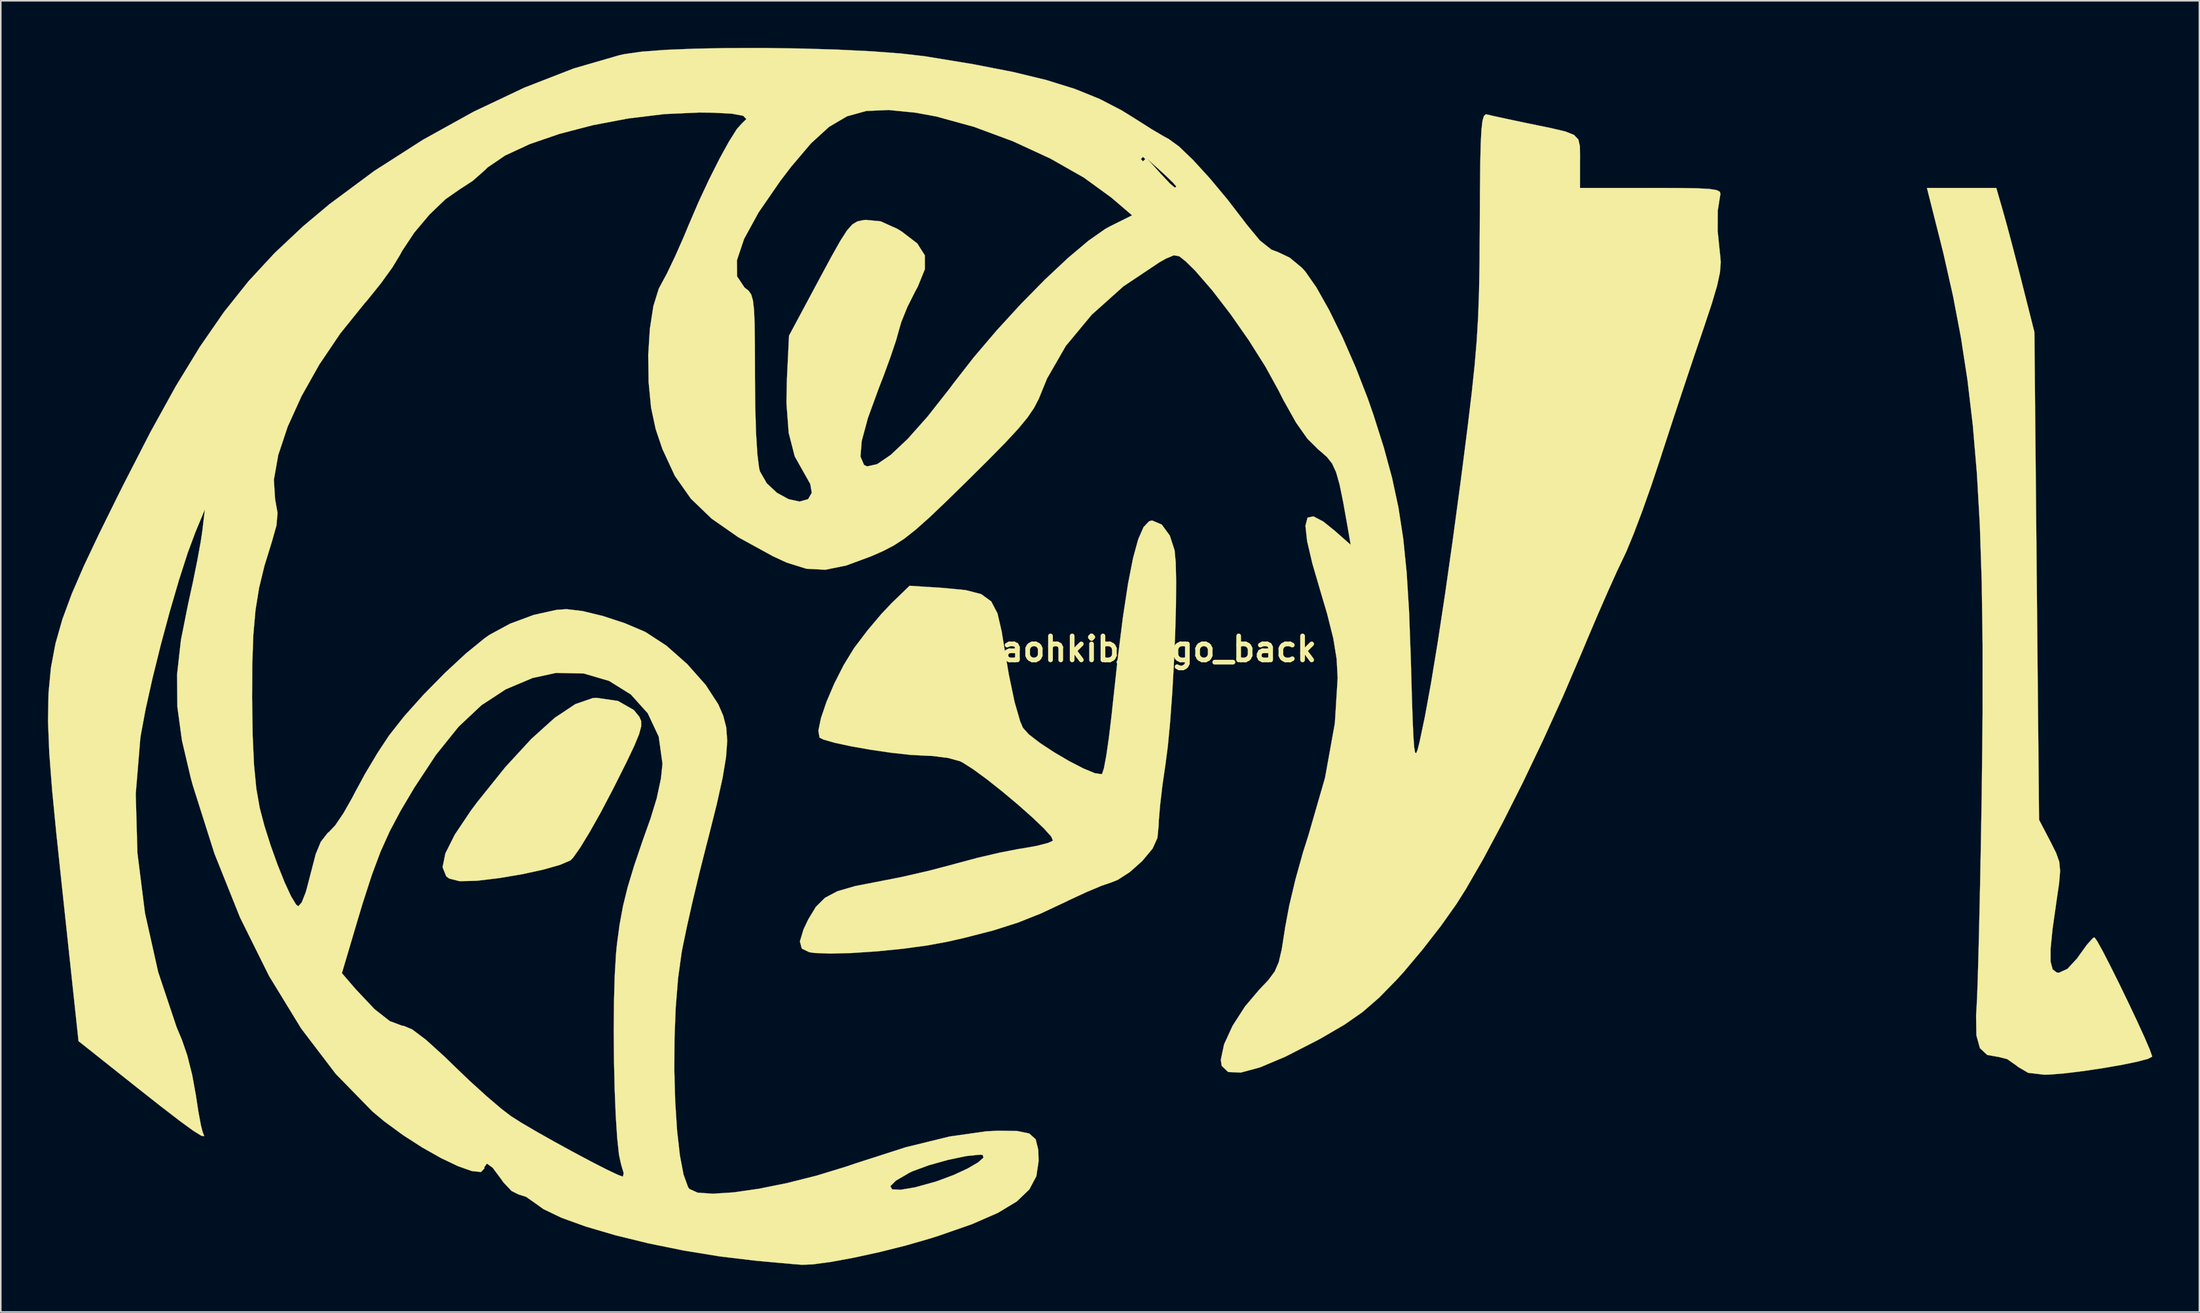
<source format=kicad_pcb>
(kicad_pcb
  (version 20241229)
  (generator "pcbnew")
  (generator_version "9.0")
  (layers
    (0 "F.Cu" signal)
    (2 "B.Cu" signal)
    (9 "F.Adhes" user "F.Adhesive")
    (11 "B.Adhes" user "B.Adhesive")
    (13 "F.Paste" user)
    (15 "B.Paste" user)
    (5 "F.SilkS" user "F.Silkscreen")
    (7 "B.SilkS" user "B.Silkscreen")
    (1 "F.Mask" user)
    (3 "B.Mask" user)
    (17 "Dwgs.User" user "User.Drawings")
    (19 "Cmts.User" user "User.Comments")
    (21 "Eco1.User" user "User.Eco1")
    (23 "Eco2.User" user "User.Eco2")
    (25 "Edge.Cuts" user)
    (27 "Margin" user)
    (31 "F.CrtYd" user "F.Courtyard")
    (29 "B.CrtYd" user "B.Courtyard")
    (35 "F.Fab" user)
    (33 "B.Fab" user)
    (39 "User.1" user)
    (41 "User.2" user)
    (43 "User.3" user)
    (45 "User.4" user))
  (footprint "yaohkib_logo_back"
    (layer "F.Cu")
    (at 70.103 38.262)
    (property "Reference" "yaohkib_logo_back" (at 0 0 0) (layer "F.SilkS") (effects (font (size 1.524 1.524) (thickness 0.3))))
    (attr through_hole)
    (fp_poly (pts (xy -33.835 3.302) (xy -32.832 3.873) (xy -32.478 4.303) (xy -32.361 4.571) (xy -32.355 4.914) (xy -32.488 5.413) (xy -32.791 6.151) (xy -33.294 7.208) (xy -34.026 8.668) (xy -34.184 8.978) (xy -34.926 10.39) (xy -35.629 11.641) (xy -36.234 12.634) (xy -36.685 13.275) (xy -36.859 13.451) (xy -37.518 13.735) (xy -38.589 14.039) (xy -39.924 14.33) (xy -41.375 14.576) (xy -42.791 14.745) (xy -42.847 14.75) (xy -43.915 14.774) (xy -44.568 14.609) (xy -44.761 14.465) (xy -44.994 13.885) (xy -44.815 13.005) (xy -44.216 11.81) (xy -43.19 10.279) (xy -42.785 9.737) (xy -40.998 7.511) (xy -39.347 5.718) (xy -37.856 4.375) (xy -36.546 3.503) (xy -35.441 3.121) (xy -35.194 3.104) (xy -33.835 3.302)) (stroke (width 0.01) (type solid)) (fill yes) (layer "F.SilkS"))
    (fp_poly (pts (xy 54.293 -27.869) (xy 54.544 -26.966) (xy 54.88 -25.706) (xy 55.252 -24.278) (xy 55.505 -23.283) (xy 56.289 -20.179) (xy 56.437 -4.657) (xy 56.586 10.866) (xy 57.322 12.277) (xy 57.674 12.98) (xy 57.87 13.535) (xy 57.927 14.118) (xy 57.862 14.905) (xy 57.692 16.072) (xy 57.69 16.087) (xy 57.444 17.82) (xy 57.32 19.069) (xy 57.321 19.902) (xy 57.45 20.385) (xy 57.708 20.586) (xy 57.852 20.602) (xy 58.389 20.356) (xy 59.009 19.688) (xy 59.159 19.473) (xy 59.635 18.813) (xy 60.001 18.406) (xy 60.107 18.344) (xy 60.281 18.583) (xy 60.637 19.226) (xy 61.121 20.166) (xy 61.681 21.292) (xy 62.265 22.496) (xy 62.819 23.669) (xy 63.291 24.702) (xy 63.629 25.487) (xy 63.779 25.914) (xy 63.782 25.942) (xy 63.523 26.082) (xy 62.829 26.265) (xy 61.828 26.47) (xy 60.645 26.675) (xy 59.407 26.86) (xy 58.241 27.003) (xy 57.273 27.083) (xy 56.924 27.093) (xy 55.89 26.972) (xy 55.219 26.576) (xy 55.174 26.529) (xy 54.554 26.097) (xy 54.022 25.964) (xy 53.287 25.835) (xy 52.824 25.401) (xy 52.599 24.589) (xy 52.58 23.328) (xy 52.606 22.89) (xy 52.645 22.135) (xy 52.689 20.89) (xy 52.736 19.229) (xy 52.785 17.227) (xy 52.835 14.957) (xy 52.883 12.494) (xy 52.927 9.912) (xy 52.94 9.116) (xy 52.994 4.173) (xy 52.995 -0.269) (xy 52.938 -4.271) (xy 52.818 -7.894) (xy 52.63 -11.2) (xy 52.371 -14.25) (xy 52.034 -17.105) (xy 51.616 -19.826) (xy 51.112 -22.475) (xy 50.517 -25.113) (xy 50.283 -26.057) (xy 49.451 -29.351) (xy 53.864 -29.351) (xy 54.293 -27.869)) (stroke (width 0.01) (type solid)) (fill yes) (layer "F.SilkS"))
    (fp_poly (pts (xy 0.767 -7.923) (xy 1.279 -7.222) (xy 1.582 -6.291) (xy 1.655 -5.508) (xy 1.682 -4.277) (xy 1.668 -2.709) (xy 1.618 -0.92) (xy 1.536 0.979) (xy 1.428 2.874) (xy 1.298 4.652) (xy 1.151 6.199) (xy 1.002 7.338) (xy 0.81 8.663) (xy 0.662 9.923) (xy 0.579 10.915) (xy 0.57 11.206) (xy 0.49 12.023) (xy 0.185 12.696) (xy -0.453 13.463) (xy -0.5 13.513) (xy -1.266 14.195) (xy -2.044 14.696) (xy -2.405 14.839) (xy -3.055 15.062) (xy -4.02 15.467) (xy -5.116 15.975) (xy -5.362 16.096) (xy -6.929 16.831) (xy -8.399 17.415) (xy -9.961 17.912) (xy -11.803 18.385) (xy -12.841 18.622) (xy -14.172 18.868) (xy -15.73 19.078) (xy -17.371 19.241) (xy -18.951 19.346) (xy -20.326 19.383) (xy -21.352 19.341) (xy -21.661 19.294) (xy -22.137 19.064) (xy -22.259 18.609) (xy -22.029 17.845) (xy -21.727 17.208) (xy -21.244 16.41) (xy -20.665 15.833) (xy -19.871 15.413) (xy -18.741 15.084) (xy -17.34 14.813) (xy -15.788 14.508) (xy -14.051 14.11) (xy -12.481 13.698) (xy -12.344 13.659) (xy -10.975 13.291) (xy -9.562 12.961) (xy -8.365 12.728) (xy -8.14 12.694) (xy -7.186 12.526) (xy -6.459 12.337) (xy -6.156 12.195) (xy -6.265 11.937) (xy -6.732 11.418) (xy -7.466 10.716) (xy -8.373 9.911) (xy -9.363 9.08) (xy -10.343 8.302) (xy -11.221 7.657) (xy -11.904 7.223) (xy -12.073 7.139) (xy -12.817 6.934) (xy -13.816 6.806) (xy -14.286 6.786) (xy -15.257 6.732) (xy -16.456 6.599) (xy -17.745 6.411) (xy -18.986 6.193) (xy -20.039 5.967) (xy -20.767 5.758) (xy -21.008 5.634) (xy -21.083 5.201) (xy -20.92 4.402) (xy -20.566 3.359) (xy -20.068 2.192) (xy -19.475 1.024) (xy -18.833 -0.025) (xy -18.751 -0.141) (xy -17.956 -1.188) (xy -17.083 -2.224) (xy -16.415 -2.931) (xy -15.279 -4.028) (xy -13.16 -3.892) (xy -11.714 -3.754) (xy -10.725 -3.498) (xy -10.084 -3.032) (xy -9.684 -2.267) (xy -9.417 -1.109) (xy -9.345 -0.656) (xy -8.965 1.619) (xy -8.597 3.376) (xy -8.244 4.595) (xy -8.068 5.01) (xy -7.697 5.425) (xy -7 5.965) (xy -6.104 6.556) (xy -5.136 7.125) (xy -4.223 7.598) (xy -3.49 7.902) (xy -3.065 7.962) (xy -3.03 7.941) (xy -2.912 7.582) (xy -2.761 6.771) (xy -2.594 5.617) (xy -2.428 4.23) (xy -2.38 3.775) (xy -2.036 0.605) (xy -1.705 -2.029) (xy -1.381 -4.155) (xy -1.058 -5.801) (xy -0.73 -6.994) (xy -0.392 -7.764) (xy -0.037 -8.137) (xy 0.153 -8.184) (xy 0.767 -7.923)) (stroke (width 0.01) (type solid)) (fill yes) (layer "F.SilkS"))
    (fp_poly (pts (xy -22.117 -38.223) (xy -19.826 -38.152) (xy -17.696 -38.047) (xy -15.83 -37.907) (xy -14.331 -37.734) (xy -14.252 -37.722) (xy -11.238 -37.227) (xy -8.706 -36.734) (xy -6.575 -36.218) (xy -4.765 -35.654) (xy -3.194 -35.018) (xy -1.78 -34.286) (xy -0.794 -33.672) (xy 0.091 -33.108) (xy 0.924 -32.617) (xy 1.213 -32.462) (xy 1.865 -31.987) (xy 2.756 -31.132) (xy 3.809 -29.98) (xy 4.945 -28.619) (xy 6.086 -27.134) (xy 6.149 -27.047) (xy 7.005 -26.01) (xy 7.737 -25.427) (xy 8.173 -25.261) (xy 8.906 -24.914) (xy 9.684 -24.269) (xy 9.894 -24.038) (xy 10.6 -23.027) (xy 11.408 -21.593) (xy 12.261 -19.857) (xy 13.101 -17.938) (xy 13.872 -15.955) (xy 14.234 -14.916) (xy 14.897 -12.823) (xy 15.421 -10.893) (xy 15.826 -9.005) (xy 16.129 -7.04) (xy 16.348 -4.877) (xy 16.502 -2.397) (xy 16.609 0.52) (xy 16.615 0.706) (xy 16.674 2.812) (xy 16.726 4.405) (xy 16.775 5.532) (xy 16.827 6.245) (xy 16.886 6.592) (xy 16.958 6.623) (xy 17.049 6.389) (xy 17.163 5.938) (xy 17.166 5.927) (xy 17.509 4.3) (xy 17.9 2.158) (xy 18.329 -0.453) (xy 18.79 -3.485) (xy 19.275 -6.891) (xy 19.778 -10.626) (xy 19.919 -11.712) (xy 20.238 -14.216) (xy 20.486 -16.288) (xy 20.673 -18.055) (xy 20.807 -19.643) (xy 20.898 -21.181) (xy 20.955 -22.794) (xy 20.986 -24.61) (xy 21 -26.755) (xy 21.001 -27.019) (xy 21.012 -29.228) (xy 21.031 -30.933) (xy 21.062 -32.196) (xy 21.109 -33.076) (xy 21.175 -33.635) (xy 21.265 -33.934) (xy 21.382 -34.034) (xy 21.449 -34.028) (xy 21.913 -33.92) (xy 22.766 -33.735) (xy 23.844 -33.507) (xy 24.13 -33.448) (xy 25.51 -33.165) (xy 26.432 -32.948) (xy 26.989 -32.729) (xy 27.271 -32.439) (xy 27.371 -32.012) (xy 27.378 -31.378) (xy 27.376 -31.025) (xy 27.376 -29.351) (xy 31.91 -29.351) (xy 33.604 -29.347) (xy 34.811 -29.328) (xy 35.608 -29.287) (xy 36.072 -29.214) (xy 36.282 -29.101) (xy 36.313 -28.938) (xy 36.293 -28.857) (xy 36.143 -27.898) (xy 36.136 -26.623) (xy 36.273 -25.262) (xy 36.283 -25.199) (xy 36.334 -24.619) (xy 36.282 -23.964) (xy 36.101 -23.125) (xy 35.766 -21.992) (xy 35.255 -20.454) (xy 35.189 -20.26) (xy 34.619 -18.583) (xy 33.952 -16.588) (xy 33.26 -14.496) (xy 32.617 -12.526) (xy 32.454 -12.021) (xy 31.901 -10.365) (xy 31.33 -8.755) (xy 30.792 -7.332) (xy 30.339 -6.235) (xy 30.15 -5.831) (xy 29.742 -4.975) (xy 29.182 -3.732) (xy 28.529 -2.238) (xy 27.843 -0.627) (xy 27.471 0.264) (xy 26.293 3.014) (xy 25.029 5.799) (xy 23.729 8.519) (xy 22.443 11.073) (xy 21.222 13.36) (xy 20.114 15.279) (xy 19.515 16.229) (xy 18.535 17.613) (xy 17.352 19.136) (xy 16.167 20.546) (xy 15.727 21.032) (xy 14.588 22.196) (xy 13.542 23.104) (xy 12.393 23.905) (xy 10.948 24.748) (xy 10.689 24.89) (xy 8.639 25.941) (xy 7.011 26.628) (xy 5.798 26.955) (xy 4.99 26.921) (xy 4.581 26.53) (xy 4.522 26.146) (xy 4.729 25.165) (xy 5.273 23.976) (xy 6.065 22.745) (xy 6.952 21.698) (xy 7.553 21.062) (xy 7.95 20.525) (xy 8.21 19.927) (xy 8.401 19.108) (xy 8.589 17.907) (xy 8.612 17.747) (xy 8.874 16.34) (xy 9.275 14.653) (xy 9.755 12.931) (xy 10.098 11.853) (xy 11.156 8.188) (xy 11.78 4.721) (xy 11.959 1.834) (xy 11.893 0.628) (xy 11.68 -0.68) (xy 11.289 -2.244) (xy 10.917 -3.498) (xy 10.35 -5.437) (xy 10.013 -6.88) (xy 9.908 -7.848) (xy 10.041 -8.364) (xy 10.416 -8.447) (xy 11.038 -8.121) (xy 11.747 -7.552) (xy 12.788 -6.637) (xy 12.593 -7.764) (xy 12.311 -9.345) (xy 12.08 -10.475) (xy 11.858 -11.259) (xy 11.607 -11.803) (xy 11.286 -12.214) (xy 10.855 -12.596) (xy 10.727 -12.698) (xy 10.033 -13.388) (xy 9.313 -14.41) (xy 8.505 -15.85) (xy 8.195 -16.462) (xy 7.358 -17.983) (xy 6.31 -19.644) (xy 5.149 -21.307) (xy 3.976 -22.833) (xy 2.892 -24.083) (xy 2.29 -24.675) (xy 1.881 -25.001) (xy 1.536 -25.063) (xy 1.037 -24.852) (xy 0.627 -24.623) (xy -1.676 -23.084) (xy -3.693 -21.277) (xy -5.339 -19.293) (xy -6.53 -17.222) (xy -6.789 -16.591) (xy -7.051 -15.943) (xy -7.359 -15.35) (xy -7.776 -14.736) (xy -8.362 -14.026) (xy -9.181 -13.142) (xy -10.295 -12.009) (xy -11.497 -10.816) (xy -12.914 -9.426) (xy -14.019 -8.374) (xy -14.895 -7.594) (xy -15.624 -7.02) (xy -16.291 -6.588) (xy -16.977 -6.232) (xy -17.722 -5.905) (xy -19.328 -5.312) (xy -20.644 -5.048) (xy -21.844 -5.111) (xy -23.099 -5.503) (xy -23.989 -5.916) (xy -26.17 -7.113) (xy -27.878 -8.303) (xy -29.198 -9.576) (xy -30.214 -11.023) (xy -31.008 -12.736) (xy -31.434 -13.998) (xy -31.728 -15.375) (xy -31.884 -16.997) (xy -31.908 -18.712) (xy -31.805 -20.373) (xy -31.581 -21.829) (xy -31.241 -22.931) (xy -31.102 -23.194) (xy -30.717 -23.907) (xy -30.314 -24.752) (xy -26.263 -24.752) (xy -26.255 -23.722) (xy -25.785 -23.015) (xy -25.726 -22.971) (xy -25.511 -22.797) (xy -25.353 -22.562) (xy -25.245 -22.186) (xy -25.176 -21.584) (xy -25.138 -20.676) (xy -25.122 -19.377) (xy -25.118 -17.605) (xy -25.118 -17.383) (xy -25.099 -15.404) (xy -25.047 -13.716) (xy -24.964 -12.398) (xy -24.855 -11.529) (xy -24.799 -11.304) (xy -24.366 -10.551) (xy -23.717 -9.946) (xy -22.978 -9.541) (xy -22.276 -9.389) (xy -21.737 -9.54) (xy -21.502 -9.948) (xy -21.599 -10.51) (xy -21.952 -11.134) (xy -22.586 -12.264) (xy -22.97 -13.755) (xy -23.114 -15.665) (xy -23.084 -17.174) (xy -22.95 -19.949) (xy -21 -23.592) (xy -20.236 -25.008) (xy -19.675 -26.002) (xy -19.255 -26.652) (xy -18.915 -27.033) (xy -18.595 -27.223) (xy -18.233 -27.3) (xy -18.062 -27.317) (xy -17.119 -27.224) (xy -16.063 -26.749) (xy -15.772 -26.571) (xy -14.788 -25.816) (xy -14.307 -25.058) (xy -14.305 -24.18) (xy -14.755 -23.068) (xy -14.918 -22.771) (xy -15.417 -21.779) (xy -15.809 -20.808) (xy -15.95 -20.32) (xy -16.142 -19.634) (xy -16.493 -18.593) (xy -16.942 -17.366) (xy -17.233 -16.617) (xy -17.933 -14.698) (xy -18.324 -13.245) (xy -18.405 -12.254) (xy -18.179 -11.721) (xy -17.979 -11.628) (xy -17.347 -11.767) (xy -16.473 -12.363) (xy -15.391 -13.384) (xy -14.136 -14.797) (xy -12.741 -16.569) (xy -12.494 -16.902) (xy -11.198 -18.566) (xy -9.743 -20.275) (xy -8.207 -21.951) (xy -6.669 -23.515) (xy -5.207 -24.887) (xy -3.901 -25.989) (xy -2.827 -26.742) (xy -2.548 -26.895) (xy -1.121 -27.607) (xy -2.441 -28.736) (xy -4.178 -30.001) (xy -6.26 -31.186) (xy -0.564 -31.186) (xy -0.423 -31.044) (xy -0.282 -31.186) (xy -0.141 -31.186) (xy 0.688 -30.268) (xy 1.29 -29.627) (xy 1.602 -29.368) (xy 1.693 -29.436) (xy 1.693 -29.439) (xy 1.504 -29.664) (xy 1.028 -30.125) (xy 0.776 -30.357) (xy -0.141 -31.186) (xy -0.282 -31.186) (xy -0.423 -31.327) (xy -0.564 -31.186) (xy -6.26 -31.186) (xy -6.32 -31.219) (xy -8.706 -32.321) (xy -11.178 -33.237) (xy -13.576 -33.897) (xy -14.911 -34.142) (xy -16.615 -34.311) (xy -18.032 -34.249) (xy -19.261 -33.908) (xy -20.401 -33.238) (xy -21.55 -32.189) (xy -22.805 -30.711) (xy -23.514 -29.782) (xy -24.892 -27.782) (xy -25.809 -26.105) (xy -26.263 -24.752) (xy -30.314 -24.752) (xy -30.208 -24.974) (xy -29.655 -26.223) (xy -29.345 -26.968) (xy -28.721 -28.424) (xy -28.048 -29.868) (xy -27.38 -31.196) (xy -26.77 -32.306) (xy -26.273 -33.094) (xy -25.958 -33.448) (xy -25.666 -33.734) (xy -25.868 -33.942) (xy -26.581 -34.076) (xy -27.827 -34.141) (xy -28.672 -34.149) (xy -30.889 -34.05) (xy -33.177 -33.772) (xy -35.435 -33.343) (xy -37.56 -32.789) (xy -39.451 -32.138) (xy -41.007 -31.418) (xy -42.126 -30.656) (xy -42.327 -30.46) (xy -43.079 -29.798) (xy -43.894 -29.268) (xy -43.9 -29.265) (xy -44.811 -28.631) (xy -45.826 -27.656) (xy -46.795 -26.503) (xy -47.57 -25.336) (xy -47.709 -25.075) (xy -48.192 -24.281) (xy -48.925 -23.266) (xy -49.771 -22.216) (xy -49.996 -21.956) (xy -51.502 -20.086) (xy -52.838 -18.106) (xy -53.966 -16.1) (xy -54.849 -14.154) (xy -55.449 -12.35) (xy -55.728 -10.773) (xy -55.647 -9.507) (xy -55.633 -9.451) (xy -55.493 -8.666) (xy -55.562 -7.866) (xy -55.861 -6.808) (xy -55.863 -6.802) (xy -56.327 -5.302) (xy -56.665 -3.909) (xy -56.895 -2.487) (xy -57.035 -0.9) (xy -57.102 0.988) (xy -57.113 3.104) (xy -57.078 5.474) (xy -56.991 7.37) (xy -56.843 8.884) (xy -56.629 10.105) (xy -56.628 10.11) (xy -56.331 11.242) (xy -55.937 12.486) (xy -55.492 13.727) (xy -55.043 14.848) (xy -54.634 15.733) (xy -54.31 16.266) (xy -54.171 16.369) (xy -53.955 16.123) (xy -53.71 15.508) (xy -53.633 15.24) (xy -53.36 14.189) (xy -53.088 13.14) (xy -53.065 13.053) (xy -52.741 12.265) (xy -52.299 11.697) (xy -52.222 11.641) (xy -51.83 11.229) (xy -51.304 10.454) (xy -50.745 9.469) (xy -50.629 9.243) (xy -49.938 7.962) (xy -49.127 6.603) (xy -48.401 5.503) (xy -47.432 4.273) (xy -46.204 2.902) (xy -44.853 1.528) (xy -43.517 0.289) (xy -42.334 -0.677) (xy -42.015 -0.902) (xy -40.705 -1.613) (xy -39.203 -2.171) (xy -37.757 -2.493) (xy -37.112 -2.54) (xy -36.091 -2.42) (xy -34.783 -2.102) (xy -33.4 -1.647) (xy -32.157 -1.119) (xy -32.063 -1.072) (xy -30.755 -0.219) (xy -29.424 0.959) (xy -28.255 2.278) (xy -27.454 3.51) (xy -27.138 4.236) (xy -26.945 4.985) (xy -26.882 5.841) (xy -26.958 6.886) (xy -27.177 8.204) (xy -27.548 9.878) (xy -28.078 11.99) (xy -28.21 12.496) (xy -28.648 14.229) (xy -29.075 16.014) (xy -29.448 17.669) (xy -29.727 19.014) (xy -29.786 19.332) (xy -30.01 20.958) (xy -30.16 22.815) (xy -30.238 24.809) (xy -30.248 26.842) (xy -30.191 28.818) (xy -30.073 30.642) (xy -29.896 32.217) (xy -29.662 33.448) (xy -29.376 34.238) (xy -29.292 34.361) (xy -28.768 34.599) (xy -27.798 34.667) (xy -26.468 34.58) (xy -24.865 34.349) (xy -24.07 34.189) (xy -16.503 34.189) (xy -16.39 34.387) (xy -15.855 34.415) (xy -14.94 34.262) (xy -13.685 33.916) (xy -13.481 33.85) (xy -12.465 33.47) (xy -11.583 33.061) (xy -10.924 32.676) (xy -10.576 32.37) (xy -10.628 32.199) (xy -10.781 32.18) (xy -11.666 32.269) (xy -12.834 32.514) (xy -14.048 32.854) (xy -15.069 33.229) (xy -15.291 33.333) (xy -16.15 33.834) (xy -16.503 34.189) (xy -24.07 34.189) (xy -23.076 33.989) (xy -21.19 33.513) (xy -19.291 32.933) (xy -18.737 32.743) (xy -15.531 31.711) (xy -12.743 31.027) (xy -10.383 30.692) (xy -9.656 30.658) (xy -8.433 30.675) (xy -7.667 30.831) (xy -7.254 31.204) (xy -7.091 31.872) (xy -7.07 32.597) (xy -7.212 33.55) (xy -7.658 34.393) (xy -8.459 35.16) (xy -9.663 35.887) (xy -11.319 36.609) (xy -13.476 37.36) (xy -13.97 37.516) (xy -15.519 37.963) (xy -17.175 38.378) (xy -18.805 38.735) (xy -20.274 39.007) (xy -21.45 39.165) (xy -22.121 39.19) (xy -22.672 39.147) (xy -23.609 39.064) (xy -24.758 38.959) (xy -25.118 38.925) (xy -27.365 38.656) (xy -29.654 38.282) (xy -31.894 37.826) (xy -33.996 37.311) (xy -35.869 36.761) (xy -37.424 36.2) (xy -38.57 35.65) (xy -39.083 35.282) (xy -39.679 34.865) (xy -40.162 34.713) (xy -40.602 34.493) (xy -41.123 33.943) (xy -41.272 33.729) (xy -41.807 33.011) (xy -42.172 32.749) (xy -42.33 32.967) (xy -42.333 33.055) (xy -42.547 33.285) (xy -43.133 33.224) (xy -44.007 32.915) (xy -45.085 32.402) (xy -46.283 31.726) (xy -47.518 30.931) (xy -48.705 30.06) (xy -49.456 29.432) (xy -51.789 27.043) (xy -53.99 24.152) (xy -56.03 20.815) (xy -56.122 20.629) (xy -51.399 20.629) (xy -50.498 21.674) (xy -49.319 22.922) (xy -48.351 23.681) (xy -47.565 23.974) (xy -47.477 23.979) (xy -46.932 24.205) (xy -46.058 24.862) (xy -44.875 25.935) (xy -44.377 26.42) (xy -43.285 27.468) (xy -42.198 28.455) (xy -41.252 29.262) (xy -40.652 29.722) (xy -39.981 30.148) (xy -39.022 30.711) (xy -37.887 31.351) (xy -36.689 32.008) (xy -35.54 32.619) (xy -34.552 33.125) (xy -33.838 33.465) (xy -33.521 33.578) (xy -33.469 33.36) (xy -33.627 32.825) (xy -33.633 32.808) (xy -33.768 32.191) (xy -33.883 31.114) (xy -33.976 29.68) (xy -34.044 27.994) (xy -34.087 26.16) (xy -34.102 24.282) (xy -34.087 22.463) (xy -34.04 20.807) (xy -33.96 19.42) (xy -33.901 18.813) (xy -33.729 17.532) (xy -33.514 16.363) (xy -33.221 15.17) (xy -32.814 13.819) (xy -32.257 12.175) (xy -31.758 10.776) (xy -31.368 9.501) (xy -31.097 8.233) (xy -31.001 7.298) (xy -31.24 5.575) (xy -31.937 4.09) (xy -33.014 2.891) (xy -34.396 2.029) (xy -36.008 1.555) (xy -37.773 1.517) (xy -39.269 1.843) (xy -40.972 2.561) (xy -42.517 3.572) (xy -43.974 4.941) (xy -45.415 6.735) (xy -46.786 8.814) (xy -47.657 10.282) (xy -48.354 11.594) (xy -48.944 12.906) (xy -49.492 14.373) (xy -50.067 16.15) (xy -50.41 17.29) (xy -51.399 20.629) (xy -56.122 20.629) (xy -57.88 17.086) (xy -59.508 13.02) (xy -60.887 8.672) (xy -61.014 8.207) (xy -61.577 5.813) (xy -61.867 3.68) (xy -61.886 1.615) (xy -61.64 -0.58) (xy -61.193 -2.822) (xy -60.877 -4.267) (xy -60.595 -5.663) (xy -60.382 -6.83) (xy -60.284 -7.479) (xy -60.115 -8.89) (xy -60.705 -7.479) (xy -61.204 -6.139) (xy -61.767 -4.389) (xy -62.356 -2.372) (xy -62.932 -0.234) (xy -63.455 1.882) (xy -63.889 3.83) (xy -64.193 5.467) (xy -64.225 5.681) (xy -64.517 9.22) (xy -64.41 12.981) (xy -63.927 16.812) (xy -63.089 20.557) (xy -61.918 24.062) (xy -61.572 24.889) (xy -61.24 25.853) (xy -60.924 27.108) (xy -60.694 28.375) (xy -60.531 29.438) (xy -60.374 30.285) (xy -60.253 30.757) (xy -60.237 30.791) (xy -60.155 31.011) (xy -60.356 30.971) (xy -60.87 30.649) (xy -61.727 30.024) (xy -62.959 29.075) (xy -64.347 27.981) (xy -68.157 24.954) (xy -69.228 14.946) (xy -69.57 11.718) (xy -69.837 8.971) (xy -70.017 6.624) (xy -70.098 4.599) (xy -70.067 2.814) (xy -69.913 1.189) (xy -69.622 -0.355) (xy -69.183 -1.898) (xy -68.584 -3.521) (xy -67.811 -5.304) (xy -66.852 -7.327) (xy -65.696 -9.67) (xy -65.315 -10.433) (xy -63.582 -13.81) (xy -61.972 -16.724) (xy -60.43 -19.247) (xy -58.904 -21.453) (xy -57.339 -23.415) (xy -55.682 -25.206) (xy -53.88 -26.899) (xy -52.206 -28.305) (xy -49.344 -30.43) (xy -46.243 -32.416) (xy -43.018 -34.204) (xy -39.785 -35.736) (xy -36.659 -36.952) (xy -33.757 -37.794) (xy -33.443 -37.864) (xy -32.36 -38.021) (xy -30.817 -38.138) (xy -28.918 -38.215) (xy -26.766 -38.255) (xy -24.465 -38.257) (xy -22.117 -38.223)) (stroke (width 0.01) (type solid)) (fill yes) (layer "F.SilkS")))
  (gr_rect
    (start -3 -3)
    (end 136.89 80.458)
    (stroke (width 0.1) (type default))
    (fill no)
    (layer "Edge.Cuts")))
</source>
